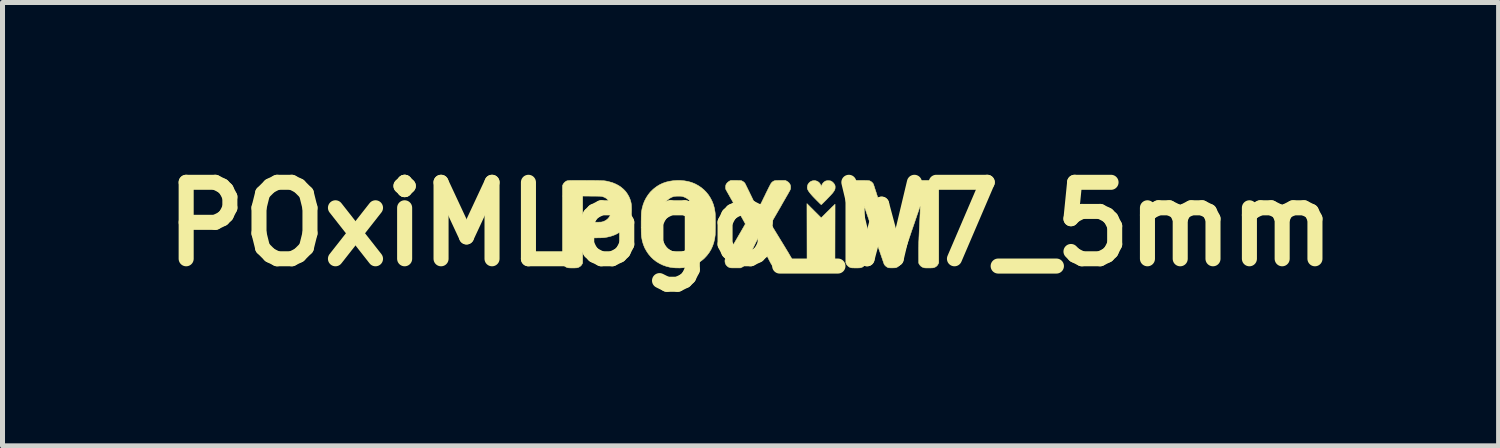
<source format=kicad_pcb>
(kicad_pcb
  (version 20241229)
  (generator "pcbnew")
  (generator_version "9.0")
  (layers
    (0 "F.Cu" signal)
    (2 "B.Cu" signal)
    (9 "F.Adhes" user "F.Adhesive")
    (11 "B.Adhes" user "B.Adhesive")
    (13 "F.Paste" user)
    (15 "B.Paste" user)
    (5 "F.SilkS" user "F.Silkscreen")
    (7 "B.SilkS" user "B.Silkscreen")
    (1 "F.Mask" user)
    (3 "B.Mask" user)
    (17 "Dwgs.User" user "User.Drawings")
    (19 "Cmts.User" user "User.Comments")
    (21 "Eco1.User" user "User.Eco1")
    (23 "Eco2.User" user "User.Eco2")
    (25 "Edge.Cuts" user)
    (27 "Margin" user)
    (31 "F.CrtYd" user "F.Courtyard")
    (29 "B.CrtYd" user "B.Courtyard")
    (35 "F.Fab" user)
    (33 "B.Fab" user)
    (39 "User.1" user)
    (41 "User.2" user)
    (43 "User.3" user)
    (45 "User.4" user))
  (footprint "POxiMLogo_W7_5mm"
    (layer "F.Cu")
    (at 11.909 1.418)
    (property "Reference" "POxiMLogo_W7_5mm" (at 0 0 0) (layer "F.SilkS") (effects (font (size 1.524 1.524) (thickness 0.3))))
    (attr through_hole)
    (fp_poly (pts (xy 1.266 -0.268) (xy 1.408 -0.126) (xy 1.501 -0.219) (xy 1.526 -0.244) (xy 1.551 -0.268) (xy 1.575 -0.292) (xy 1.597 -0.314) (xy 1.617 -0.334) (xy 1.633 -0.349) (xy 1.639 -0.355) (xy 1.684 -0.397) (xy 1.682 0.772) (xy 1.674 0.79) (xy 1.663 0.808) (xy 1.648 0.826) (xy 1.631 0.843) (xy 1.614 0.854) (xy 1.612 0.855) (xy 1.603 0.859) (xy 1.594 0.863) (xy 1.585 0.866) (xy 1.574 0.868) (xy 1.56 0.869) (xy 1.543 0.871) (xy 1.522 0.872) (xy 1.496 0.872) (xy 1.465 0.872) (xy 1.427 0.872) (xy 1.401 0.872) (xy 1.36 0.872) (xy 1.327 0.872) (xy 1.299 0.872) (xy 1.277 0.871) (xy 1.26 0.87) (xy 1.246 0.869) (xy 1.236 0.868) (xy 1.229 0.867) (xy 1.227 0.866) (xy 1.197 0.855) (xy 1.171 0.837) (xy 1.15 0.814) (xy 1.135 0.786) (xy 1.135 0.785) (xy 1.126 0.764) (xy 1.125 0.177) (xy 1.124 -0.41) (xy 1.266 -0.268)) (stroke (width 0.01) (type solid)) (fill yes) (layer "F.SilkS"))
    (fp_poly (pts (xy 1.3 -0.865) (xy 1.329 -0.855) (xy 1.355 -0.839) (xy 1.377 -0.818) (xy 1.393 -0.793) (xy 1.404 -0.766) (xy 1.409 -0.745) (xy 1.412 -0.758) (xy 1.421 -0.784) (xy 1.436 -0.809) (xy 1.455 -0.832) (xy 1.478 -0.85) (xy 1.493 -0.859) (xy 1.511 -0.864) (xy 1.533 -0.867) (xy 1.557 -0.867) (xy 1.58 -0.865) (xy 1.6 -0.861) (xy 1.605 -0.859) (xy 1.624 -0.847) (xy 1.644 -0.83) (xy 1.661 -0.811) (xy 1.674 -0.792) (xy 1.675 -0.789) (xy 1.681 -0.777) (xy 1.684 -0.765) (xy 1.686 -0.752) (xy 1.686 -0.735) (xy 1.685 -0.718) (xy 1.683 -0.702) (xy 1.678 -0.687) (xy 1.67 -0.671) (xy 1.658 -0.652) (xy 1.642 -0.63) (xy 1.639 -0.626) (xy 1.632 -0.617) (xy 1.62 -0.604) (xy 1.606 -0.588) (xy 1.588 -0.569) (xy 1.569 -0.549) (xy 1.548 -0.527) (xy 1.526 -0.504) (xy 1.505 -0.482) (xy 1.484 -0.461) (xy 1.464 -0.441) (xy 1.446 -0.423) (xy 1.431 -0.408) (xy 1.42 -0.397) (xy 1.412 -0.391) (xy 1.409 -0.389) (xy 1.405 -0.391) (xy 1.397 -0.399) (xy 1.385 -0.41) (xy 1.369 -0.425) (xy 1.351 -0.444) (xy 1.33 -0.464) (xy 1.313 -0.481) (xy 1.277 -0.518) (xy 1.245 -0.551) (xy 1.219 -0.58) (xy 1.197 -0.605) (xy 1.179 -0.628) (xy 1.164 -0.648) (xy 1.152 -0.666) (xy 1.144 -0.681) (xy 1.137 -0.696) (xy 1.133 -0.708) (xy 1.131 -0.72) (xy 1.13 -0.733) (xy 1.13 -0.735) (xy 1.135 -0.766) (xy 1.145 -0.795) (xy 1.162 -0.819) (xy 1.183 -0.84) (xy 1.209 -0.856) (xy 1.238 -0.865) (xy 1.269 -0.869) (xy 1.3 -0.865)) (stroke (width 0.01) (type solid)) (fill yes) (layer "F.SilkS"))
    (fp_poly (pts (xy -3.408 -0.872) (xy -3.356 -0.872) (xy -3.298 -0.872) (xy -3.283 -0.872) (xy -3.221 -0.871) (xy -3.167 -0.871) (xy -3.119 -0.871) (xy -3.078 -0.87) (xy -3.041 -0.87) (xy -3.009 -0.869) (xy -2.982 -0.868) (xy -2.958 -0.867) (xy -2.937 -0.866) (xy -2.919 -0.865) (xy -2.902 -0.863) (xy -2.887 -0.861) (xy -2.873 -0.858) (xy -2.859 -0.856) (xy -2.845 -0.852) (xy -2.829 -0.849) (xy -2.816 -0.845) (xy -2.749 -0.826) (xy -2.687 -0.8) (xy -2.629 -0.77) (xy -2.577 -0.734) (xy -2.529 -0.693) (xy -2.487 -0.648) (xy -2.452 -0.598) (xy -2.422 -0.545) (xy -2.401 -0.494) (xy -2.392 -0.467) (xy -2.385 -0.442) (xy -2.38 -0.418) (xy -2.376 -0.392) (xy -2.374 -0.364) (xy -2.373 -0.332) (xy -2.372 -0.297) (xy -2.372 -0.268) (xy -2.373 -0.244) (xy -2.373 -0.226) (xy -2.374 -0.21) (xy -2.376 -0.197) (xy -2.378 -0.183) (xy -2.381 -0.173) (xy -2.396 -0.116) (xy -2.415 -0.064) (xy -2.44 -0.016) (xy -2.47 0.028) (xy -2.507 0.072) (xy -2.522 0.088) (xy -2.567 0.129) (xy -2.615 0.164) (xy -2.667 0.194) (xy -2.723 0.219) (xy -2.784 0.24) (xy -2.85 0.256) (xy -2.9 0.265) (xy -2.911 0.267) (xy -2.923 0.268) (xy -2.939 0.269) (xy -2.957 0.27) (xy -2.979 0.271) (xy -3.006 0.272) (xy -3.039 0.272) (xy -3.077 0.273) (xy -3.122 0.273) (xy -3.143 0.273) (xy -3.345 0.275) (xy -3.346 0.525) (xy -3.347 0.775) (xy -3.358 0.796) (xy -3.376 0.823) (xy -3.4 0.844) (xy -3.428 0.86) (xy -3.457 0.869) (xy -3.469 0.87) (xy -3.487 0.871) (xy -3.509 0.872) (xy -3.534 0.872) (xy -3.559 0.872) (xy -3.584 0.872) (xy -3.607 0.871) (xy -3.627 0.87) (xy -3.64 0.868) (xy -3.645 0.867) (xy -3.675 0.856) (xy -3.701 0.839) (xy -3.722 0.816) (xy -3.737 0.792) (xy -3.748 0.768) (xy -3.748 -0.038) (xy -3.346 -0.038) (xy -3.16 -0.039) (xy -3.117 -0.039) (xy -3.082 -0.04) (xy -3.052 -0.04) (xy -3.028 -0.04) (xy -3.009 -0.041) (xy -2.993 -0.041) (xy -2.981 -0.042) (xy -2.972 -0.043) (xy -2.964 -0.044) (xy -2.957 -0.046) (xy -2.95 -0.048) (xy -2.945 -0.049) (xy -2.905 -0.065) (xy -2.869 -0.087) (xy -2.838 -0.114) (xy -2.813 -0.147) (xy -2.794 -0.184) (xy -2.787 -0.203) (xy -2.783 -0.216) (xy -2.78 -0.227) (xy -2.778 -0.239) (xy -2.777 -0.253) (xy -2.776 -0.271) (xy -2.776 -0.293) (xy -2.776 -0.324) (xy -2.778 -0.349) (xy -2.781 -0.37) (xy -2.786 -0.39) (xy -2.794 -0.409) (xy -2.804 -0.431) (xy -2.816 -0.451) (xy -2.831 -0.471) (xy -2.846 -0.488) (xy -2.871 -0.511) (xy -2.897 -0.528) (xy -2.926 -0.541) (xy -2.949 -0.549) (xy -2.956 -0.551) (xy -2.963 -0.553) (xy -2.97 -0.554) (xy -2.978 -0.555) (xy -2.989 -0.556) (xy -3.002 -0.557) (xy -3.019 -0.557) (xy -3.04 -0.558) (xy -3.066 -0.558) (xy -3.098 -0.559) (xy -3.136 -0.559) (xy -3.162 -0.559) (xy -3.346 -0.561) (xy -3.346 -0.038) (xy -3.748 -0.038) (xy -3.748 -0.768) (xy -3.737 -0.792) (xy -3.723 -0.815) (xy -3.704 -0.836) (xy -3.682 -0.852) (xy -3.675 -0.857) (xy -3.669 -0.859) (xy -3.663 -0.862) (xy -3.657 -0.864) (xy -3.649 -0.866) (xy -3.64 -0.867) (xy -3.629 -0.869) (xy -3.616 -0.87) (xy -3.599 -0.871) (xy -3.579 -0.871) (xy -3.555 -0.872) (xy -3.526 -0.872) (xy -3.493 -0.872) (xy -3.453 -0.872) (xy -3.408 -0.872)) (stroke (width 0.01) (type solid)) (fill yes) (layer "F.SilkS"))
    (fp_poly (pts (xy -1.395 -0.871) (xy -1.318 -0.864) (xy -1.244 -0.851) (xy -1.174 -0.831) (xy -1.107 -0.804) (xy -1.044 -0.77) (xy -0.984 -0.73) (xy -0.929 -0.684) (xy -0.885 -0.639) (xy -0.839 -0.583) (xy -0.8 -0.522) (xy -0.767 -0.458) (xy -0.74 -0.39) (xy -0.721 -0.319) (xy -0.708 -0.243) (xy -0.705 -0.219) (xy -0.704 -0.205) (xy -0.703 -0.184) (xy -0.703 -0.157) (xy -0.702 -0.126) (xy -0.702 -0.091) (xy -0.701 -0.054) (xy -0.701 -0.015) (xy -0.701 0.024) (xy -0.701 0.063) (xy -0.702 0.099) (xy -0.702 0.133) (xy -0.703 0.164) (xy -0.704 0.189) (xy -0.704 0.209) (xy -0.705 0.219) (xy -0.716 0.296) (xy -0.734 0.37) (xy -0.758 0.439) (xy -0.788 0.504) (xy -0.825 0.565) (xy -0.869 0.623) (xy -0.919 0.677) (xy -0.948 0.703) (xy -1.002 0.745) (xy -1.06 0.782) (xy -1.123 0.812) (xy -1.19 0.836) (xy -1.26 0.855) (xy -1.333 0.867) (xy -1.41 0.872) (xy -1.489 0.871) (xy -1.532 0.868) (xy -1.606 0.858) (xy -1.678 0.84) (xy -1.746 0.816) (xy -1.811 0.785) (xy -1.872 0.749) (xy -1.929 0.706) (xy -1.981 0.657) (xy -2.028 0.602) (xy -2.035 0.594) (xy -2.075 0.534) (xy -2.11 0.471) (xy -2.137 0.404) (xy -2.158 0.333) (xy -2.172 0.258) (xy -2.174 0.247) (xy -2.175 0.23) (xy -2.177 0.207) (xy -2.178 0.178) (xy -2.179 0.145) (xy -2.179 0.108) (xy -2.18 0.069) (xy -2.18 0.028) (xy -2.18 0.009) (xy -1.779 0.009) (xy -1.779 0.061) (xy -1.778 0.107) (xy -1.777 0.147) (xy -1.775 0.182) (xy -1.773 0.212) (xy -1.769 0.239) (xy -1.765 0.263) (xy -1.763 0.274) (xy -1.747 0.329) (xy -1.727 0.378) (xy -1.703 0.422) (xy -1.674 0.461) (xy -1.641 0.493) (xy -1.604 0.519) (xy -1.564 0.539) (xy -1.535 0.548) (xy -1.52 0.552) (xy -1.507 0.555) (xy -1.496 0.557) (xy -1.485 0.559) (xy -1.471 0.559) (xy -1.454 0.559) (xy -1.43 0.559) (xy -1.429 0.558) (xy -1.406 0.558) (xy -1.388 0.557) (xy -1.374 0.556) (xy -1.362 0.554) (xy -1.35 0.551) (xy -1.336 0.546) (xy -1.333 0.545) (xy -1.29 0.527) (xy -1.252 0.502) (xy -1.217 0.471) (xy -1.187 0.434) (xy -1.161 0.392) (xy -1.139 0.343) (xy -1.122 0.289) (xy -1.122 0.289) (xy -1.119 0.273) (xy -1.115 0.258) (xy -1.113 0.242) (xy -1.111 0.226) (xy -1.109 0.207) (xy -1.107 0.186) (xy -1.106 0.161) (xy -1.106 0.132) (xy -1.105 0.098) (xy -1.105 0.059) (xy -1.105 0.012) (xy -1.105 0) (xy -1.105 -0.048) (xy -1.105 -0.09) (xy -1.106 -0.125) (xy -1.106 -0.155) (xy -1.107 -0.181) (xy -1.108 -0.203) (xy -1.11 -0.222) (xy -1.112 -0.239) (xy -1.115 -0.254) (xy -1.118 -0.269) (xy -1.121 -0.285) (xy -1.122 -0.288) (xy -1.139 -0.342) (xy -1.161 -0.391) (xy -1.187 -0.434) (xy -1.217 -0.471) (xy -1.252 -0.502) (xy -1.291 -0.527) (xy -1.334 -0.545) (xy -1.347 -0.549) (xy -1.36 -0.553) (xy -1.371 -0.555) (xy -1.384 -0.557) (xy -1.399 -0.558) (xy -1.419 -0.558) (xy -1.442 -0.558) (xy -1.473 -0.558) (xy -1.498 -0.556) (xy -1.519 -0.554) (xy -1.538 -0.55) (xy -1.556 -0.543) (xy -1.576 -0.535) (xy -1.583 -0.532) (xy -1.621 -0.51) (xy -1.655 -0.482) (xy -1.686 -0.448) (xy -1.713 -0.408) (xy -1.736 -0.362) (xy -1.751 -0.322) (xy -1.757 -0.303) (xy -1.762 -0.285) (xy -1.766 -0.266) (xy -1.769 -0.247) (xy -1.772 -0.225) (xy -1.774 -0.201) (xy -1.775 -0.172) (xy -1.777 -0.139) (xy -1.778 -0.101) (xy -1.778 -0.055) (xy -1.778 -0.05) (xy -1.779 0.009) (xy -2.18 0.009) (xy -2.18 -0.014) (xy -2.18 -0.056) (xy -2.179 -0.096) (xy -2.179 -0.134) (xy -2.178 -0.168) (xy -2.177 -0.198) (xy -2.176 -0.223) (xy -2.174 -0.242) (xy -2.174 -0.247) (xy -2.16 -0.321) (xy -2.14 -0.393) (xy -2.114 -0.46) (xy -2.081 -0.524) (xy -2.042 -0.584) (xy -1.998 -0.64) (xy -1.947 -0.69) (xy -1.919 -0.714) (xy -1.864 -0.755) (xy -1.807 -0.789) (xy -1.747 -0.817) (xy -1.683 -0.839) (xy -1.616 -0.855) (xy -1.544 -0.866) (xy -1.475 -0.871) (xy -1.395 -0.871)) (stroke (width 0.01) (type solid)) (fill yes) (layer "F.SilkS"))
    (fp_poly (pts (xy 0.717 -0.86) (xy 0.744 -0.844) (xy 0.767 -0.823) (xy 0.784 -0.798) (xy 0.787 -0.792) (xy 0.793 -0.778) (xy 0.796 -0.766) (xy 0.798 -0.752) (xy 0.798 -0.735) (xy 0.798 -0.718) (xy 0.796 -0.705) (xy 0.793 -0.693) (xy 0.787 -0.68) (xy 0.786 -0.678) (xy 0.783 -0.671) (xy 0.776 -0.659) (xy 0.765 -0.64) (xy 0.752 -0.616) (xy 0.736 -0.588) (xy 0.717 -0.556) (xy 0.697 -0.52) (xy 0.674 -0.481) (xy 0.65 -0.439) (xy 0.625 -0.395) (xy 0.599 -0.349) (xy 0.588 -0.33) (xy 0.401 -0.007) (xy 0.611 0.337) (xy 0.645 0.392) (xy 0.676 0.443) (xy 0.705 0.491) (xy 0.731 0.534) (xy 0.755 0.573) (xy 0.775 0.608) (xy 0.792 0.637) (xy 0.806 0.661) (xy 0.817 0.68) (xy 0.824 0.692) (xy 0.827 0.699) (xy 0.827 0.699) (xy 0.829 0.715) (xy 0.83 0.736) (xy 0.83 0.745) (xy 0.824 0.776) (xy 0.812 0.805) (xy 0.793 0.829) (xy 0.768 0.849) (xy 0.751 0.859) (xy 0.726 0.871) (xy 0.629 0.872) (xy 0.593 0.872) (xy 0.563 0.872) (xy 0.539 0.871) (xy 0.52 0.87) (xy 0.504 0.867) (xy 0.49 0.864) (xy 0.479 0.86) (xy 0.468 0.855) (xy 0.462 0.851) (xy 0.457 0.848) (xy 0.451 0.844) (xy 0.446 0.84) (xy 0.44 0.834) (xy 0.435 0.827) (xy 0.428 0.818) (xy 0.421 0.807) (xy 0.413 0.793) (xy 0.403 0.777) (xy 0.392 0.757) (xy 0.38 0.733) (xy 0.365 0.705) (xy 0.349 0.672) (xy 0.33 0.635) (xy 0.309 0.593) (xy 0.286 0.545) (xy 0.259 0.491) (xy 0.229 0.431) (xy 0.216 0.404) (xy 0.151 0.272) (xy 0.017 0.543) (xy -0.008 0.595) (xy -0.031 0.64) (xy -0.05 0.679) (xy -0.067 0.713) (xy -0.082 0.741) (xy -0.095 0.765) (xy -0.106 0.785) (xy -0.115 0.802) (xy -0.124 0.815) (xy -0.131 0.826) (xy -0.138 0.834) (xy -0.144 0.841) (xy -0.151 0.846) (xy -0.157 0.85) (xy -0.164 0.854) (xy -0.172 0.857) (xy -0.175 0.859) (xy -0.2 0.871) (xy -0.293 0.871) (xy -0.32 0.871) (xy -0.346 0.871) (xy -0.368 0.871) (xy -0.386 0.87) (xy -0.399 0.869) (xy -0.403 0.869) (xy -0.432 0.859) (xy -0.458 0.843) (xy -0.48 0.821) (xy -0.497 0.795) (xy -0.498 0.794) (xy -0.506 0.771) (xy -0.51 0.745) (xy -0.51 0.719) (xy -0.505 0.695) (xy -0.504 0.692) (xy -0.501 0.686) (xy -0.495 0.674) (xy -0.485 0.656) (xy -0.472 0.633) (xy -0.456 0.606) (xy -0.438 0.574) (xy -0.418 0.538) (xy -0.395 0.5) (xy -0.371 0.458) (xy -0.346 0.414) (xy -0.319 0.368) (xy -0.301 0.337) (xy -0.274 0.291) (xy -0.248 0.246) (xy -0.223 0.203) (xy -0.2 0.164) (xy -0.179 0.127) (xy -0.16 0.094) (xy -0.143 0.065) (xy -0.129 0.04) (xy -0.118 0.021) (xy -0.11 0.006) (xy -0.105 -0.002) (xy -0.104 -0.004) (xy -0.106 -0.008) (xy -0.111 -0.019) (xy -0.119 -0.035) (xy -0.131 -0.056) (xy -0.146 -0.083) (xy -0.163 -0.114) (xy -0.183 -0.149) (xy -0.205 -0.188) (xy -0.229 -0.23) (xy -0.255 -0.275) (xy -0.282 -0.322) (xy -0.295 -0.344) (xy -0.322 -0.391) (xy -0.348 -0.436) (xy -0.372 -0.479) (xy -0.396 -0.52) (xy -0.417 -0.558) (xy -0.436 -0.592) (xy -0.453 -0.622) (xy -0.468 -0.648) (xy -0.479 -0.669) (xy -0.488 -0.685) (xy -0.493 -0.694) (xy -0.494 -0.697) (xy -0.498 -0.719) (xy -0.498 -0.744) (xy -0.495 -0.769) (xy -0.489 -0.79) (xy -0.476 -0.811) (xy -0.458 -0.831) (xy -0.437 -0.848) (xy -0.418 -0.86) (xy -0.394 -0.871) (xy -0.293 -0.871) (xy -0.262 -0.871) (xy -0.237 -0.87) (xy -0.218 -0.87) (xy -0.203 -0.869) (xy -0.192 -0.868) (xy -0.184 -0.867) (xy -0.178 -0.865) (xy -0.176 -0.864) (xy -0.155 -0.853) (xy -0.135 -0.839) (xy -0.119 -0.824) (xy -0.115 -0.819) (xy -0.112 -0.814) (xy -0.105 -0.802) (xy -0.096 -0.784) (xy -0.085 -0.761) (xy -0.071 -0.733) (xy -0.056 -0.702) (xy -0.039 -0.667) (xy -0.02 -0.629) (xy -0.001 -0.589) (xy 0.019 -0.548) (xy 0.039 -0.507) (xy 0.058 -0.467) (xy 0.075 -0.43) (xy 0.092 -0.397) (xy 0.106 -0.366) (xy 0.119 -0.34) (xy 0.129 -0.319) (xy 0.137 -0.303) (xy 0.142 -0.293) (xy 0.145 -0.289) (xy 0.145 -0.289) (xy 0.147 -0.291) (xy 0.152 -0.301) (xy 0.16 -0.316) (xy 0.17 -0.336) (xy 0.183 -0.361) (xy 0.197 -0.391) (xy 0.214 -0.424) (xy 0.232 -0.46) (xy 0.251 -0.499) (xy 0.271 -0.541) (xy 0.275 -0.547) (xy 0.298 -0.596) (xy 0.319 -0.639) (xy 0.337 -0.675) (xy 0.352 -0.706) (xy 0.365 -0.732) (xy 0.376 -0.754) (xy 0.386 -0.772) (xy 0.393 -0.787) (xy 0.4 -0.798) (xy 0.405 -0.807) (xy 0.41 -0.815) (xy 0.414 -0.82) (xy 0.418 -0.825) (xy 0.422 -0.83) (xy 0.423 -0.831) (xy 0.444 -0.849) (xy 0.466 -0.861) (xy 0.467 -0.862) (xy 0.474 -0.864) (xy 0.481 -0.866) (xy 0.488 -0.868) (xy 0.497 -0.869) (xy 0.509 -0.87) (xy 0.525 -0.87) (xy 0.545 -0.871) (xy 0.572 -0.871) (xy 0.593 -0.871) (xy 0.695 -0.871) (xy 0.717 -0.86)) (stroke (width 0.01) (type solid)) (fill yes) (layer "F.SilkS"))
    (fp_poly (pts (xy 3.566 -0.872) (xy 3.592 -0.872) (xy 3.612 -0.871) (xy 3.629 -0.87) (xy 3.643 -0.868) (xy 3.654 -0.866) (xy 3.664 -0.863) (xy 3.672 -0.86) (xy 3.678 -0.857) (xy 3.7 -0.842) (xy 3.721 -0.822) (xy 3.736 -0.799) (xy 3.74 -0.792) (xy 3.751 -0.768) (xy 3.751 0.768) (xy 3.74 0.792) (xy 3.724 0.819) (xy 3.702 0.841) (xy 3.675 0.858) (xy 3.645 0.868) (xy 3.643 0.868) (xy 3.632 0.87) (xy 3.614 0.871) (xy 3.592 0.872) (xy 3.568 0.872) (xy 3.542 0.872) (xy 3.517 0.872) (xy 3.494 0.872) (xy 3.476 0.871) (xy 3.462 0.869) (xy 3.461 0.869) (xy 3.43 0.859) (xy 3.402 0.843) (xy 3.379 0.821) (xy 3.362 0.796) (xy 3.351 0.775) (xy 3.35 0.583) (xy 3.35 0.55) (xy 3.35 0.521) (xy 3.35 0.493) (xy 3.35 0.467) (xy 3.351 0.442) (xy 3.351 0.417) (xy 3.352 0.391) (xy 3.352 0.364) (xy 3.353 0.335) (xy 3.355 0.303) (xy 3.356 0.268) (xy 3.358 0.229) (xy 3.36 0.185) (xy 3.362 0.135) (xy 3.365 0.079) (xy 3.368 0.019) (xy 3.37 -0.034) (xy 3.373 -0.084) (xy 3.375 -0.132) (xy 3.377 -0.176) (xy 3.379 -0.217) (xy 3.38 -0.254) (xy 3.381 -0.285) (xy 3.382 -0.312) (xy 3.383 -0.333) (xy 3.383 -0.347) (xy 3.383 -0.355) (xy 3.383 -0.356) (xy 3.38 -0.355) (xy 3.376 -0.349) (xy 3.376 -0.348) (xy 3.374 -0.344) (xy 3.37 -0.332) (xy 3.364 -0.314) (xy 3.356 -0.29) (xy 3.346 -0.26) (xy 3.334 -0.225) (xy 3.32 -0.186) (xy 3.305 -0.141) (xy 3.288 -0.093) (xy 3.271 -0.041) (xy 3.252 0.014) (xy 3.232 0.072) (xy 3.211 0.132) (xy 3.19 0.195) (xy 3.179 0.227) (xy 3.152 0.306) (xy 3.127 0.379) (xy 3.105 0.444) (xy 3.084 0.504) (xy 3.066 0.557) (xy 3.05 0.604) (xy 3.035 0.646) (xy 3.022 0.682) (xy 3.011 0.714) (xy 3.002 0.74) (xy 2.994 0.762) (xy 2.987 0.779) (xy 2.982 0.793) (xy 2.978 0.803) (xy 2.975 0.809) (xy 2.974 0.811) (xy 2.955 0.833) (xy 2.931 0.851) (xy 2.905 0.864) (xy 2.897 0.867) (xy 2.886 0.868) (xy 2.873 0.87) (xy 2.856 0.87) (xy 2.833 0.871) (xy 2.82 0.871) (xy 2.796 0.871) (xy 2.778 0.87) (xy 2.764 0.87) (xy 2.754 0.869) (xy 2.746 0.867) (xy 2.739 0.864) (xy 2.73 0.86) (xy 2.729 0.86) (xy 2.711 0.849) (xy 2.692 0.834) (xy 2.676 0.817) (xy 2.664 0.801) (xy 2.663 0.798) (xy 2.661 0.793) (xy 2.657 0.782) (xy 2.65 0.764) (xy 2.642 0.739) (xy 2.632 0.71) (xy 2.62 0.675) (xy 2.606 0.635) (xy 2.591 0.591) (xy 2.574 0.542) (xy 2.556 0.491) (xy 2.538 0.435) (xy 2.518 0.377) (xy 2.497 0.317) (xy 2.476 0.254) (xy 2.465 0.223) (xy 2.444 0.16) (xy 2.423 0.098) (xy 2.403 0.039) (xy 2.384 -0.017) (xy 2.365 -0.07) (xy 2.348 -0.12) (xy 2.333 -0.165) (xy 2.318 -0.207) (xy 2.306 -0.243) (xy 2.295 -0.275) (xy 2.286 -0.301) (xy 2.279 -0.322) (xy 2.274 -0.336) (xy 2.271 -0.343) (xy 2.27 -0.345) (xy 2.266 -0.347) (xy 2.265 -0.346) (xy 2.265 -0.342) (xy 2.266 -0.331) (xy 2.266 -0.314) (xy 2.267 -0.29) (xy 2.269 -0.261) (xy 2.27 -0.226) (xy 2.272 -0.187) (xy 2.274 -0.144) (xy 2.276 -0.098) (xy 2.278 -0.048) (xy 2.281 0.004) (xy 2.283 0.042) (xy 2.286 0.106) (xy 2.289 0.163) (xy 2.291 0.214) (xy 2.293 0.259) (xy 2.295 0.3) (xy 2.296 0.336) (xy 2.298 0.368) (xy 2.299 0.397) (xy 2.299 0.424) (xy 2.3 0.449) (xy 2.3 0.473) (xy 2.301 0.497) (xy 2.301 0.521) (xy 2.301 0.546) (xy 2.301 0.573) (xy 2.301 0.6) (xy 2.3 0.641) (xy 2.3 0.675) (xy 2.3 0.702) (xy 2.299 0.724) (xy 2.299 0.742) (xy 2.298 0.755) (xy 2.298 0.765) (xy 2.297 0.773) (xy 2.295 0.779) (xy 2.294 0.784) (xy 2.292 0.788) (xy 2.291 0.79) (xy 2.28 0.808) (xy 2.265 0.826) (xy 2.248 0.843) (xy 2.231 0.854) (xy 2.229 0.855) (xy 2.215 0.861) (xy 2.198 0.867) (xy 2.192 0.868) (xy 2.181 0.87) (xy 2.164 0.871) (xy 2.143 0.872) (xy 2.119 0.872) (xy 2.093 0.872) (xy 2.068 0.872) (xy 2.045 0.871) (xy 2.026 0.871) (xy 2.011 0.869) (xy 2.006 0.869) (xy 1.979 0.86) (xy 1.953 0.844) (xy 1.931 0.824) (xy 1.913 0.8) (xy 1.909 0.793) (xy 1.899 0.772) (xy 1.899 -0.772) (xy 1.909 -0.793) (xy 1.926 -0.819) (xy 1.949 -0.841) (xy 1.976 -0.858) (xy 1.977 -0.859) (xy 2.002 -0.871) (xy 2.18 -0.871) (xy 2.221 -0.871) (xy 2.255 -0.871) (xy 2.284 -0.871) (xy 2.306 -0.87) (xy 2.324 -0.87) (xy 2.339 -0.869) (xy 2.349 -0.869) (xy 2.358 -0.868) (xy 2.364 -0.867) (xy 2.37 -0.865) (xy 2.375 -0.863) (xy 2.378 -0.862) (xy 2.401 -0.85) (xy 2.422 -0.833) (xy 2.44 -0.813) (xy 2.448 -0.799) (xy 2.45 -0.794) (xy 2.454 -0.782) (xy 2.46 -0.764) (xy 2.468 -0.74) (xy 2.477 -0.711) (xy 2.488 -0.677) (xy 2.501 -0.639) (xy 2.514 -0.597) (xy 2.529 -0.551) (xy 2.545 -0.503) (xy 2.561 -0.452) (xy 2.578 -0.399) (xy 2.596 -0.345) (xy 2.614 -0.29) (xy 2.632 -0.234) (xy 2.649 -0.178) (xy 2.667 -0.123) (xy 2.685 -0.068) (xy 2.702 -0.015) (xy 2.718 0.037) (xy 2.734 0.086) (xy 2.749 0.132) (xy 2.763 0.175) (xy 2.775 0.214) (xy 2.786 0.249) (xy 2.796 0.279) (xy 2.804 0.305) (xy 2.81 0.324) (xy 2.814 0.337) (xy 2.816 0.344) (xy 2.816 0.345) (xy 2.819 0.347) (xy 2.821 0.347) (xy 2.822 0.343) (xy 2.827 0.332) (xy 2.833 0.315) (xy 2.841 0.291) (xy 2.852 0.26) (xy 2.864 0.223) (xy 2.878 0.18) (xy 2.894 0.131) (xy 2.912 0.076) (xy 2.932 0.016) (xy 2.953 -0.05) (xy 2.976 -0.121) (xy 3.001 -0.197) (xy 3.006 -0.212) (xy 3.027 -0.276) (xy 3.047 -0.338) (xy 3.066 -0.397) (xy 3.085 -0.454) (xy 3.102 -0.509) (xy 3.119 -0.559) (xy 3.134 -0.606) (xy 3.148 -0.649) (xy 3.161 -0.687) (xy 3.172 -0.72) (xy 3.181 -0.748) (xy 3.188 -0.769) (xy 3.194 -0.785) (xy 3.197 -0.794) (xy 3.198 -0.795) (xy 3.213 -0.82) (xy 3.234 -0.841) (xy 3.259 -0.858) (xy 3.269 -0.862) (xy 3.274 -0.864) (xy 3.279 -0.866) (xy 3.285 -0.867) (xy 3.293 -0.868) (xy 3.302 -0.869) (xy 3.315 -0.87) (xy 3.331 -0.87) (xy 3.352 -0.871) (xy 3.378 -0.871) (xy 3.41 -0.872) (xy 3.449 -0.872) (xy 3.454 -0.872) (xy 3.498 -0.872) (xy 3.535 -0.872) (xy 3.566 -0.872)) (stroke (width 0.01) (type solid)) (fill yes) (layer "F.SilkS")))
  (gr_rect
    (start -3 -3)
    (end 26.818 5.836)
    (stroke (width 0.1) (type default))
    (fill no)
    (layer "Edge.Cuts")))
</source>
